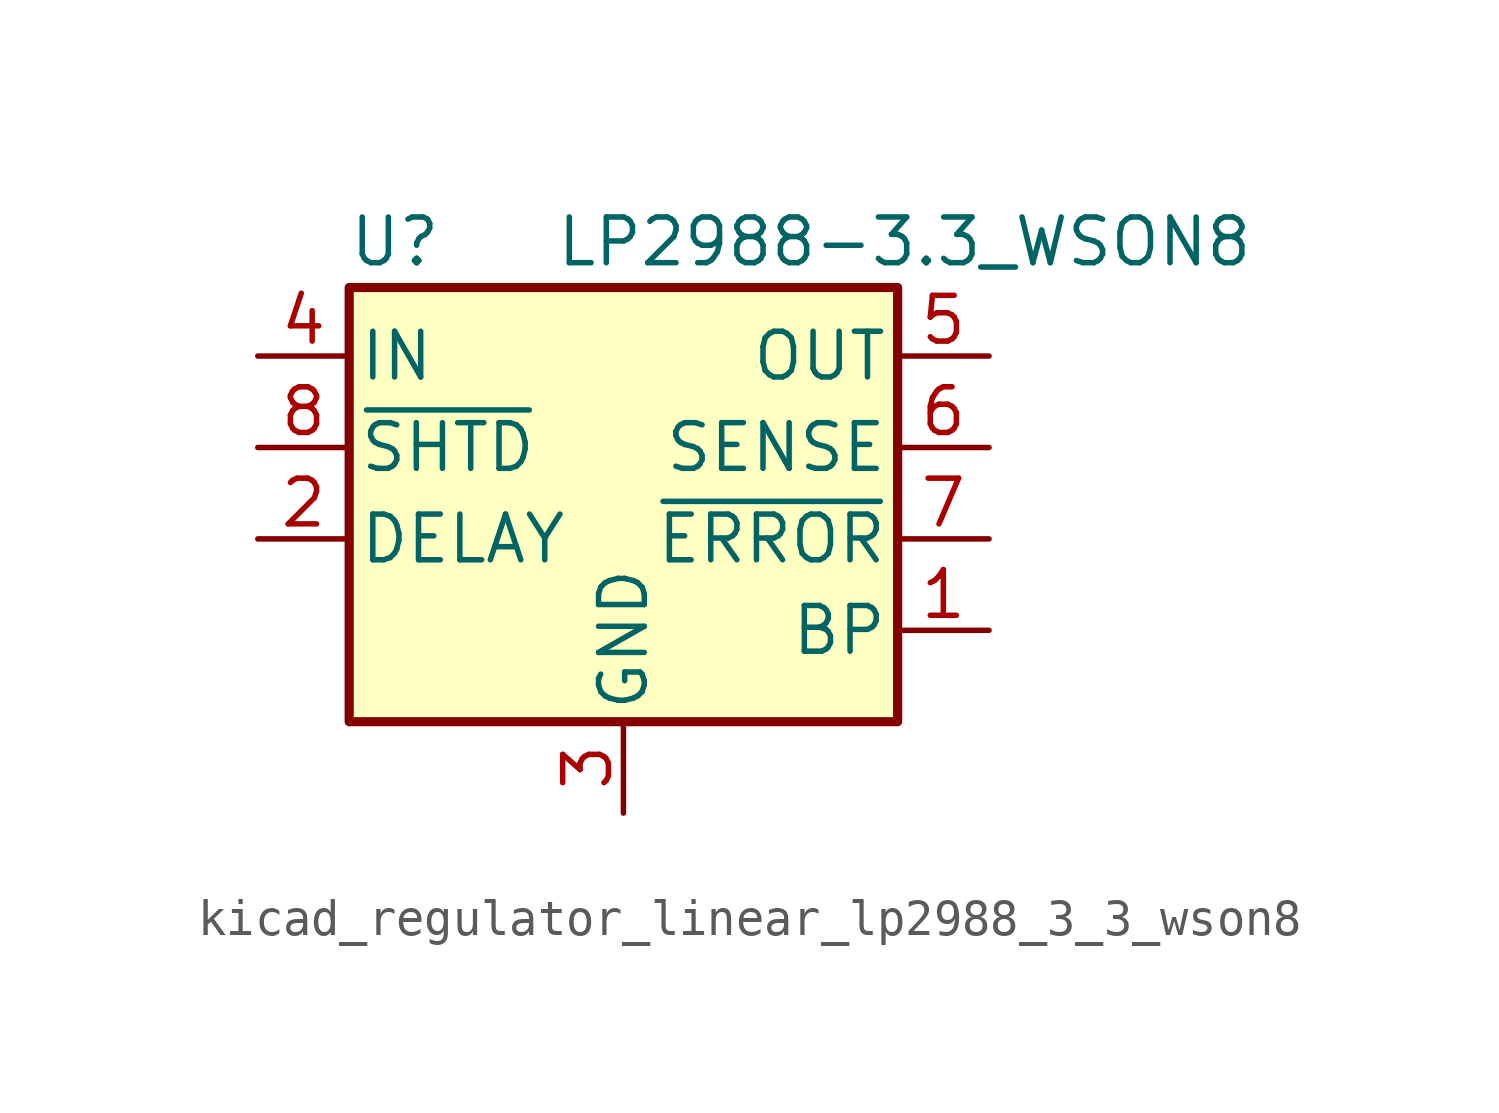
<source format=kicad_sym>
(kicad_symbol_lib
  (version 20220914)
  (generator kicad_symbol_editor)
  (symbol "kicad_regulator_linear_lp2988_3_3_wson8"
    (pin_names
      (offset 0.254))
    (property "Reference" "U"
      (at -6.35 5.715 0)
      (effects (font (size 1.27 1.27))))
    (property "Value" "LP2988-3.3_WSON8"
      (at -1.905 5.715 0)
      (effects (font (size 1.27 1.27)) (justify left)))
    (symbol "kicad_regulator_linear_lp2988_3_3_wson8_0_1"
      (rectangle (start -7.62 4.445) (end 7.62 -7.62) (stroke (width 0.254) (type default)) (fill (type background))))
    (symbol "kicad_regulator_linear_lp2988_3_3_wson8_1_1"
      (pin passive line (at 10.16 -5.08 180) (length 2.54) (name "BP" (effects (font (size 1.27 1.27)))) (number "1" (effects (font (size 1.27 1.27)))))
      (pin passive line (at -10.16 -2.54 0) (length 2.54) (name "DELAY" (effects (font (size 1.27 1.27)))) (number "2" (effects (font (size 1.27 1.27)))))
      (pin power_in line (at 0 -10.16 90) (length 2.54) (name "GND" (effects (font (size 1.27 1.27)))) (number "3" (effects (font (size 1.27 1.27)))))
      (pin power_in line (at -10.16 2.54 0) (length 2.54) (name "IN" (effects (font (size 1.27 1.27)))) (number "4" (effects (font (size 1.27 1.27)))))
      (pin power_out line (at 10.16 2.54 180) (length 2.54) (name "OUT" (effects (font (size 1.27 1.27)))) (number "5" (effects (font (size 1.27 1.27)))))
      (pin input line (at 10.16 0 180) (length 2.54) (name "SENSE" (effects (font (size 1.27 1.27)))) (number "6" (effects (font (size 1.27 1.27)))))
      (pin output line (at 10.16 -2.54 180) (length 2.54) (name "~{ERROR}" (effects (font (size 1.27 1.27)))) (number "7" (effects (font (size 1.27 1.27)))))
      (pin input line (at -10.16 0 0) (length 2.54) (name "~{SHTD}" (effects (font (size 1.27 1.27)))) (number "8" (effects (font (size 1.27 1.27)))))
      (pin passive line (at 0 -10.16 90) (length 2.54) hide (name "GND" (effects (font (size 1.27 1.27)))) (number "9" (effects (font (size 1.27 1.27))))))))
</source>
